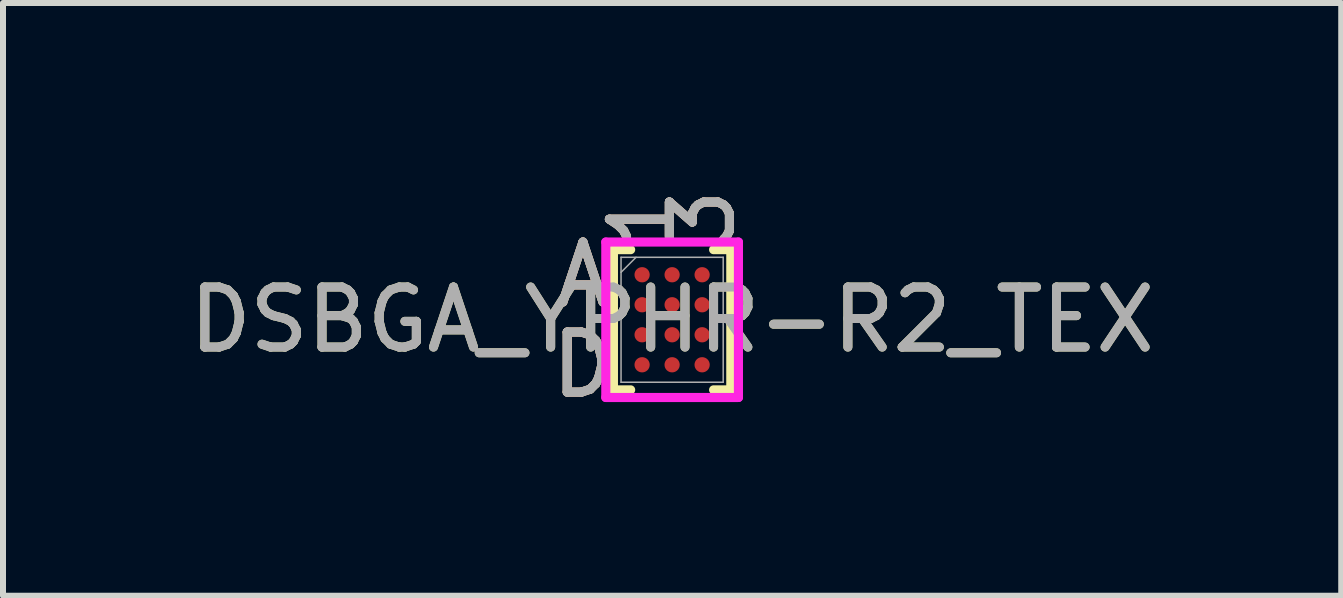
<source format=kicad_pcb>
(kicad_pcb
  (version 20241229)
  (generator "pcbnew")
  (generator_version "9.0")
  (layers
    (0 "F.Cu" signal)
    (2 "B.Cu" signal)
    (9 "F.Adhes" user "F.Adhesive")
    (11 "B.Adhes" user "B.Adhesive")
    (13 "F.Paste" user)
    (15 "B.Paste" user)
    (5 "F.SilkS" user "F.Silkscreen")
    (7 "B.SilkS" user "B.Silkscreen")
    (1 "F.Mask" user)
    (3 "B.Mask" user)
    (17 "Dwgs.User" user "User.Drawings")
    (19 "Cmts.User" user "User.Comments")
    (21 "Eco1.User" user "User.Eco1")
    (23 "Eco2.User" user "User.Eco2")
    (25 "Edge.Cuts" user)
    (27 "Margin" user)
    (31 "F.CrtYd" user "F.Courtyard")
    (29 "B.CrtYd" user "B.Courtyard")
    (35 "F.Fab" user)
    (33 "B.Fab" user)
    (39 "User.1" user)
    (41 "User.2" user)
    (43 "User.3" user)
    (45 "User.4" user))
  (footprint "DSBGA_YPHR-R2_TEX"
    (layer "F.Cu")
    (at 8.149 2.278)
    (property "Reference" "DSBGA_YPHR-R2_TEX" (at 0 0 0) (unlocked yes) (layer "F.SilkS") (effects (font (size 1 1) (thickness 0.15))))
    (attr smd)
    (fp_line (start -0.978 -1.168) (end -0.978 1.168) (stroke (width 0.152) (type solid)) (layer "F.SilkS"))
    (fp_line (start -0.978 1.168) (end -0.691 1.168) (stroke (width 0.152) (type solid)) (layer "F.SilkS"))
    (fp_line (start -0.691 -1.168) (end -0.978 -1.168) (stroke (width 0.152) (type solid)) (layer "F.SilkS"))
    (fp_line (start 0.691 1.168) (end 0.978 1.168) (stroke (width 0.152) (type solid)) (layer "F.SilkS"))
    (fp_line (start 0.978 -1.168) (end 0.691 -1.168) (stroke (width 0.152) (type solid)) (layer "F.SilkS"))
    (fp_line (start 0.978 1.168) (end 0.978 -1.168) (stroke (width 0.152) (type solid)) (layer "F.SilkS"))
    (fp_poly (pts (xy -1.195 -1.445) (xy 1.195 -1.445) (xy 1.195 1.445) (xy -1.195 1.445)) (stroke (width 0.1) (type solid)) (fill no) (layer "Eco2.User"))
    (fp_line (start -1.105 -1.295) (end 1.105 -1.295) (stroke (width 0.152) (type solid)) (layer "F.CrtYd"))
    (fp_line (start -1.105 1.295) (end -1.105 -1.295) (stroke (width 0.152) (type solid)) (layer "F.CrtYd"))
    (fp_line (start 1.105 -1.295) (end 1.105 1.295) (stroke (width 0.152) (type solid)) (layer "F.CrtYd"))
    (fp_line (start 1.105 1.295) (end -1.105 1.295) (stroke (width 0.152) (type solid)) (layer "F.CrtYd"))
    (fp_line (start -0.851 -1.041) (end -0.851 1.041) (stroke (width 0.025) (type solid)) (layer "F.Fab"))
    (fp_line (start -0.851 1.041) (end 0.851 1.041) (stroke (width 0.025) (type solid)) (layer "F.Fab"))
    (fp_line (start -0.601 -1.041) (end -0.851 -0.791) (stroke (width 0.025) (type solid)) (layer "F.Fab"))
    (fp_line (start 0.851 -1.041) (end -0.851 -1.041) (stroke (width 0.025) (type solid)) (layer "F.Fab"))
    (fp_line (start 0.851 1.041) (end 0.851 -1.041) (stroke (width 0.025) (type solid)) (layer "F.Fab"))
    (fp_text user "A" (at -1.486 -0.75 0) (unlocked yes) (layer "F.SilkS") (effects (font (size 1 1) (thickness 0.15))))
    (fp_text user "1" (at -0.5 -1.676 90) (unlocked yes) (layer "F.SilkS") (effects (font (size 1 1) (thickness 0.15))))
    (fp_text user "D" (at -1.486 0.75 0) (unlocked yes) (layer "F.SilkS") (effects (font (size 1 1) (thickness 0.15))))
    (fp_text user "3" (at 0.5 -1.676 90) (unlocked yes) (layer "F.SilkS") (effects (font (size 1 1) (thickness 0.15))))
    (fp_text user "3" (at 0.5 -1.676 90) (unlocked yes) (layer "B.SilkS") (effects (font (size 1 1) (thickness 0.15))))
    (fp_text user "D" (at -1.486 0.75 0) (unlocked yes) (layer "B.SilkS") (effects (font (size 1 1) (thickness 0.15))))
    (fp_text user "A" (at -1.486 -0.75 0) (unlocked yes) (layer "B.SilkS") (effects (font (size 1 1) (thickness 0.15))))
    (fp_text user "1" (at -0.5 -1.676 90) (unlocked yes) (layer "B.SilkS") (effects (font (size 1 1) (thickness 0.15))))
    (fp_text user "D" (at -1.486 0.75 0) (unlocked yes) (layer "F.Fab") (effects (font (size 1 1) (thickness 0.15))))
    (fp_text user "3" (at 0.5 -1.676 90) (unlocked yes) (layer "F.Fab") (effects (font (size 1 1) (thickness 0.15))))
    (fp_text user "A" (at -1.486 -0.75 0) (unlocked yes) (layer "F.Fab") (effects (font (size 1 1) (thickness 0.15))))
    (fp_text user "${REFERENCE}" (at 0 0 0) (unlocked yes) (layer "F.Fab") (effects (font (size 1 1) (thickness 0.15))))
    (fp_text user "1" (at -0.5 -1.676 90) (unlocked yes) (layer "F.Fab") (effects (font (size 1 1) (thickness 0.15))))
    (pad "A1" smd circle (at -0.5 -0.75) (size 0.254 0.254) (layers "F.Cu" "F.Mask" "F.Paste"))
    (pad "A2" smd circle (at 0 -0.75) (size 0.254 0.254) (layers "F.Cu" "F.Mask" "F.Paste"))
    (pad "A3" smd circle (at 0.5 -0.75) (size 0.254 0.254) (layers "F.Cu" "F.Mask" "F.Paste"))
    (pad "B1" smd circle (at -0.5 -0.25) (size 0.254 0.254) (layers "F.Cu" "F.Mask" "F.Paste"))
    (pad "B2" smd circle (at 0 -0.25) (size 0.254 0.254) (layers "F.Cu" "F.Mask" "F.Paste"))
    (pad "B3" smd circle (at 0.5 -0.25) (size 0.254 0.254) (layers "F.Cu" "F.Mask" "F.Paste"))
    (pad "C1" smd circle (at -0.5 0.25) (size 0.254 0.254) (layers "F.Cu" "F.Mask" "F.Paste"))
    (pad "C2" smd circle (at 0 0.25) (size 0.254 0.254) (layers "F.Cu" "F.Mask" "F.Paste"))
    (pad "C3" smd circle (at 0.5 0.25) (size 0.254 0.254) (layers "F.Cu" "F.Mask" "F.Paste"))
    (pad "D1" smd circle (at -0.5 0.75) (size 0.254 0.254) (layers "F.Cu" "F.Mask" "F.Paste"))
    (pad "D2" smd circle (at 0 0.75) (size 0.254 0.254) (layers "F.Cu" "F.Mask" "F.Paste"))
    (pad "D3" smd circle (at 0.5 0.75) (size 0.254 0.254) (layers "F.Cu" "F.Mask" "F.Paste")))
  (gr_rect
    (start -3 -3)
    (end 19.298 6.876)
    (stroke (width 0.1) (type default))
    (fill no)
    (layer "Edge.Cuts")))
</source>
